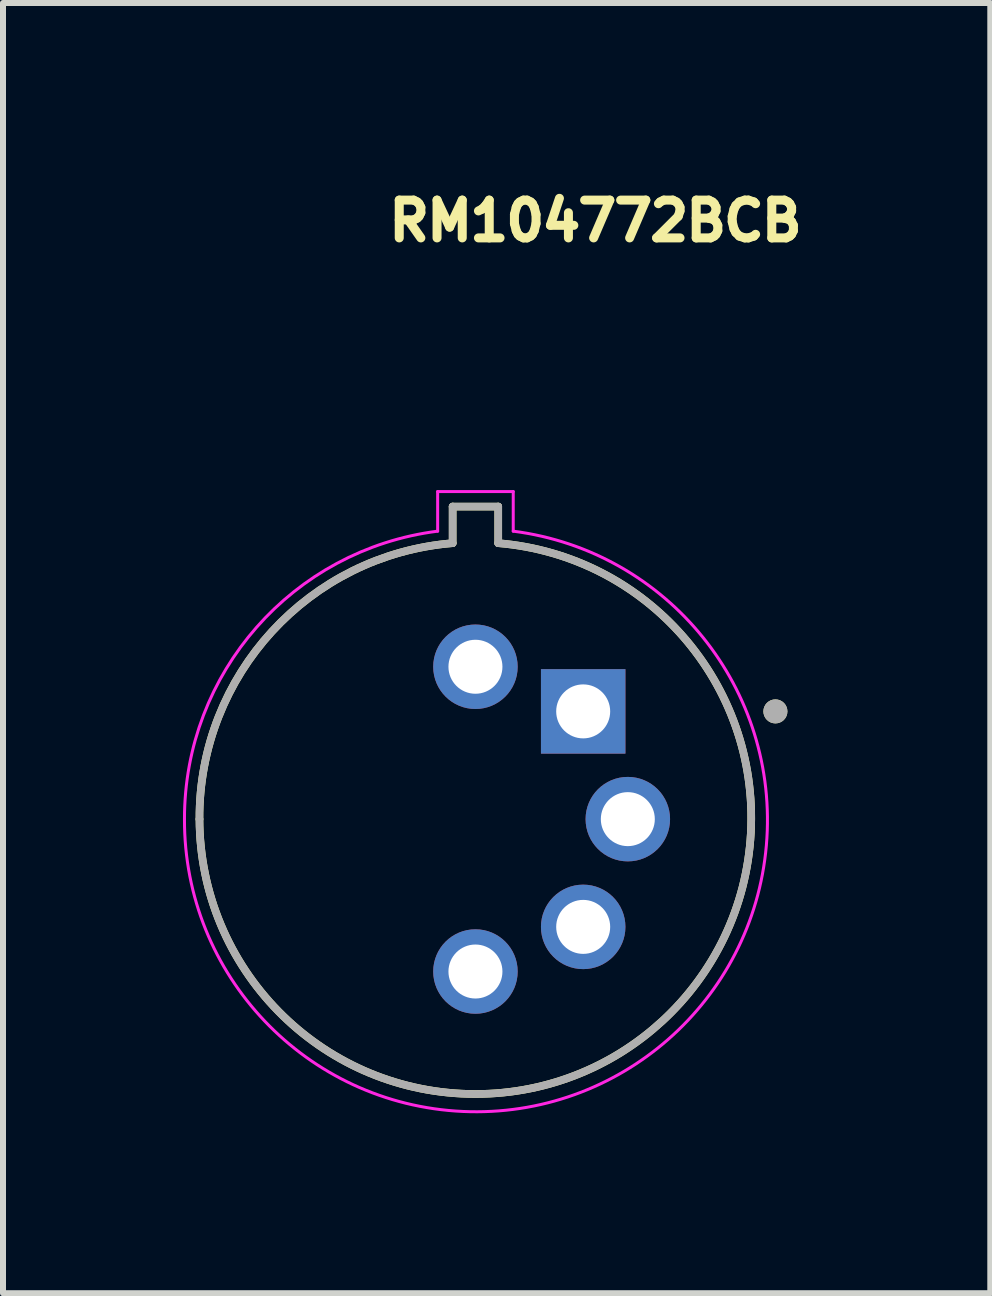
<source format=kicad_pcb>
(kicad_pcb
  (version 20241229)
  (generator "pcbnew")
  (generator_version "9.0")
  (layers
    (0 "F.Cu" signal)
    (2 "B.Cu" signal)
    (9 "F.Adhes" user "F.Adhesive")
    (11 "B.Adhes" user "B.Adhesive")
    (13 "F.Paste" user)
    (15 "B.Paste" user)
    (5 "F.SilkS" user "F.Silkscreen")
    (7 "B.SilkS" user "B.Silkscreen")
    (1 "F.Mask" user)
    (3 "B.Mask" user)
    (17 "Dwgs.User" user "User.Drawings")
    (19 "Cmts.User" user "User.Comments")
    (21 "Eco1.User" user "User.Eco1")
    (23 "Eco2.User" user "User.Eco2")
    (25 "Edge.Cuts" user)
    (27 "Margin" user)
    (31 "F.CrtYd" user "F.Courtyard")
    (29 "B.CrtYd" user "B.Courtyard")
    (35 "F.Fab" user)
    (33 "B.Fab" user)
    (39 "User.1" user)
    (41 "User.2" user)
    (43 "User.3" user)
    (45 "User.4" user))
  (footprint "RM104772BCB"
    (layer "F.Cu")
    (at 4.875 10.604)
    (property "Reference" "RM104772BCB" (at 2 -9.972 0) (layer "F.SilkS") (effects (font (size 0.63 0.63) (thickness 0.15))))
    (attr through_hole)
    (fp_line (start -0.38 -5.21) (end 0.38 -5.21) (stroke (width 0.127) (type solid)) (layer "F.SilkS"))
    (fp_line (start -0.38 -4.6) (end -0.38 -5.21) (stroke (width 0.127) (type solid)) (layer "F.SilkS"))
    (fp_line (start 0.38 -5.21) (end 0.38 -4.6) (stroke (width 0.127) (type solid)) (layer "F.SilkS"))
    (fp_arc (start -4.6 0) (mid -3.391926 -3.127419) (end -0.38 -4.6) (stroke (width 0.127) (type solid)) (layer "F.SilkS"))
    (fp_arc (start 0.38 -4.6) (mid 3.119005 3.360965) (end -4.6 0) (stroke (width 0.127) (type solid)) (layer "F.SilkS"))
    (fp_circle (center 5 -1.796) (end 5.1 -1.796) (stroke (width 0.2) (type solid)) (fill no) (layer "F.SilkS"))
    (fp_line (start -0.63 -5.46) (end -0.63 -4.8) (stroke (width 0.05) (type solid)) (layer "F.CrtYd"))
    (fp_line (start -0.63 -5.46) (end 0.63 -5.46) (stroke (width 0.05) (type solid)) (layer "F.CrtYd"))
    (fp_line (start 0.63 -5.46) (end 0.63 -4.8) (stroke (width 0.05) (type solid)) (layer "F.CrtYd"))
    (fp_arc (start -4.85 0.000001) (mid -3.647782 -3.198091) (end -0.63 -4.8) (stroke (width 0.05) (type solid)) (layer "F.CrtYd"))
    (fp_arc (start 0.63 -4.8) (mid 3.210052 3.673726) (end -4.85 0) (stroke (width 0.05) (type solid)) (layer "F.CrtYd"))
    (fp_line (start -0.38 -5.21) (end 0.38 -5.21) (stroke (width 0.127) (type solid)) (layer "F.Fab"))
    (fp_line (start -0.38 -4.6) (end -0.38 -5.21) (stroke (width 0.127) (type solid)) (layer "F.Fab"))
    (fp_line (start 0.38 -5.21) (end 0.38 -4.6) (stroke (width 0.127) (type solid)) (layer "F.Fab"))
    (fp_arc (start -4.6 0) (mid -3.391926 -3.127419) (end -0.38 -4.6) (stroke (width 0.127) (type solid)) (layer "F.Fab"))
    (fp_arc (start 0.38 -4.6) (mid 3.119005 3.360965) (end -4.6 0) (stroke (width 0.127) (type solid)) (layer "F.Fab"))
    (fp_circle (center 5 -1.796) (end 5.1 -1.796) (stroke (width 0.2) (type solid)) (fill no) (layer "F.Fab"))
    (pad "1" thru_hole rect (at 1.796 -1.796) (size 1.408 1.408) (drill 0.9) (layers "*.Cu" "*.Mask"))
    (pad "2" thru_hole circle (at 2.54 0) (size 1.408 1.408) (drill 0.9) (layers "*.Cu" "*.Mask"))
    (pad "3" thru_hole circle (at 1.796 1.796) (size 1.408 1.408) (drill 0.9) (layers "*.Cu" "*.Mask"))
    (pad "4" thru_hole circle (at 0 2.54) (size 1.408 1.408) (drill 0.9) (layers "*.Cu" "*.Mask"))
    (pad "C" thru_hole circle (at 0 -2.54) (size 1.408 1.408) (drill 0.9) (layers "*.Cu" "*.Mask")))
  (gr_rect
    (start -3 -3)
    (end 13.457 18.506)
    (stroke (width 0.1) (type default))
    (fill no)
    (layer "Edge.Cuts")))
</source>
